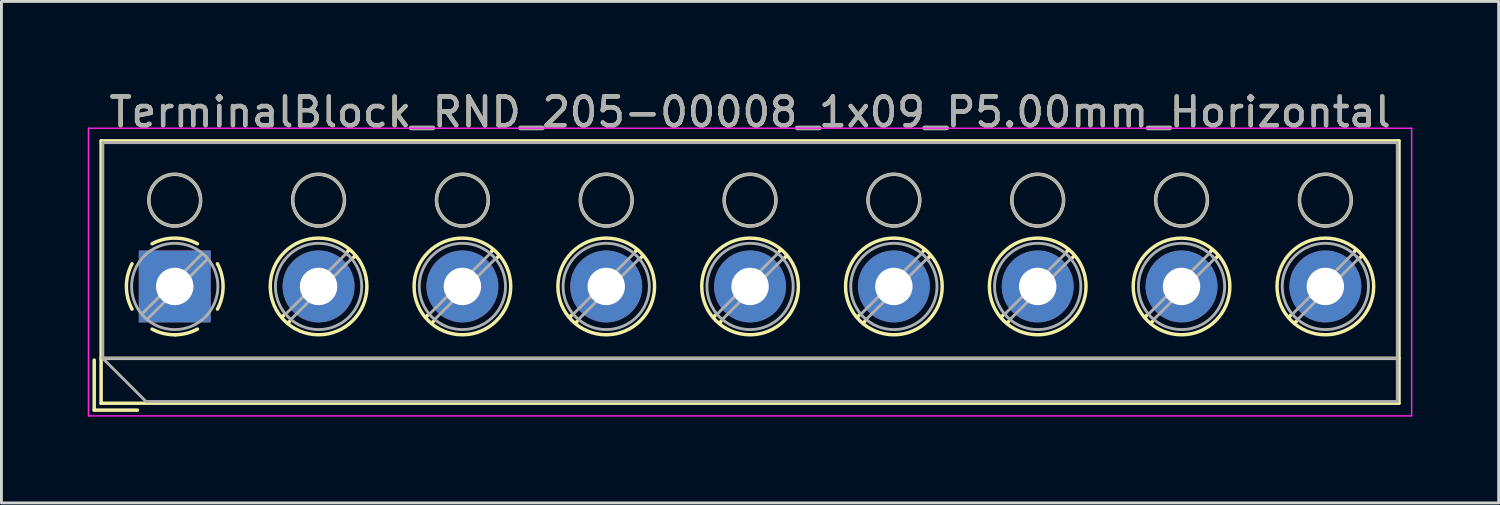
<source format=kicad_pcb>
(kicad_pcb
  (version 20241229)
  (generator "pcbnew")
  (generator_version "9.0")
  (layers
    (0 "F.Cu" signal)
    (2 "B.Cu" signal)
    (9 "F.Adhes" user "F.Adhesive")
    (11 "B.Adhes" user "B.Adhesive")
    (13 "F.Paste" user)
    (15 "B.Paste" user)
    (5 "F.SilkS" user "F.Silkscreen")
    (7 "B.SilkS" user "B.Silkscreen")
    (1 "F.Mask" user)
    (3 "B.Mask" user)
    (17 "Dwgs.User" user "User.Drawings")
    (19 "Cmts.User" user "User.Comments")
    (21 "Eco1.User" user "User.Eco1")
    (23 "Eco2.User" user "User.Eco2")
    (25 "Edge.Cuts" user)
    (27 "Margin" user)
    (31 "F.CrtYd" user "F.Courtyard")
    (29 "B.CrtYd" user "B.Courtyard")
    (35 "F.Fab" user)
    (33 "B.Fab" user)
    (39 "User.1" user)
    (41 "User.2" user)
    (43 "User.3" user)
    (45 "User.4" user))
  (footprint "TerminalBlock_RND_205-00008_1x09_P5.00mm_Horizontal"
    (layer "F.Cu")
    (at 3.025 6.908)
    (property "Reference" "TerminalBlock_RND_205-00008_1x09_P5.00mm_Horizontal" (at 20 -6.06 0) (layer "F.SilkS") (effects (font (size 1 1) (thickness 0.15))))
    (attr through_hole)
    (fp_line (start -2.8 2.56) (end -2.8 4.3) (stroke (width 0.12) (type solid)) (layer "F.SilkS"))
    (fp_line (start -2.8 4.3) (end -1.3 4.3) (stroke (width 0.12) (type solid)) (layer "F.SilkS"))
    (fp_line (start -2.56 -5.06) (end -2.56 4.06) (stroke (width 0.12) (type solid)) (layer "F.SilkS"))
    (fp_line (start -2.56 -5.06) (end 42.56 -5.06) (stroke (width 0.12) (type solid)) (layer "F.SilkS"))
    (fp_line (start -2.56 2.5) (end 42.56 2.5) (stroke (width 0.12) (type solid)) (layer "F.SilkS"))
    (fp_line (start -2.56 4.06) (end 42.56 4.06) (stroke (width 0.12) (type solid)) (layer "F.SilkS"))
    (fp_line (start 3.82 0.976) (end 3.726 1.069) (stroke (width 0.12) (type solid)) (layer "F.SilkS"))
    (fp_line (start 3.99 1.216) (end 3.931 1.274) (stroke (width 0.12) (type solid)) (layer "F.SilkS"))
    (fp_line (start 6.07 -1.275) (end 6.011 -1.216) (stroke (width 0.12) (type solid)) (layer "F.SilkS"))
    (fp_line (start 6.275 -1.069) (end 6.181 -0.976) (stroke (width 0.12) (type solid)) (layer "F.SilkS"))
    (fp_line (start 8.82 0.976) (end 8.726 1.069) (stroke (width 0.12) (type solid)) (layer "F.SilkS"))
    (fp_line (start 8.99 1.216) (end 8.931 1.274) (stroke (width 0.12) (type solid)) (layer "F.SilkS"))
    (fp_line (start 11.07 -1.275) (end 11.011 -1.216) (stroke (width 0.12) (type solid)) (layer "F.SilkS"))
    (fp_line (start 11.275 -1.069) (end 11.181 -0.976) (stroke (width 0.12) (type solid)) (layer "F.SilkS"))
    (fp_line (start 13.82 0.976) (end 13.726 1.069) (stroke (width 0.12) (type solid)) (layer "F.SilkS"))
    (fp_line (start 13.99 1.216) (end 13.931 1.274) (stroke (width 0.12) (type solid)) (layer "F.SilkS"))
    (fp_line (start 16.07 -1.275) (end 16.011 -1.216) (stroke (width 0.12) (type solid)) (layer "F.SilkS"))
    (fp_line (start 16.275 -1.069) (end 16.181 -0.976) (stroke (width 0.12) (type solid)) (layer "F.SilkS"))
    (fp_line (start 18.82 0.976) (end 18.726 1.069) (stroke (width 0.12) (type solid)) (layer "F.SilkS"))
    (fp_line (start 18.99 1.216) (end 18.931 1.274) (stroke (width 0.12) (type solid)) (layer "F.SilkS"))
    (fp_line (start 21.07 -1.275) (end 21.011 -1.216) (stroke (width 0.12) (type solid)) (layer "F.SilkS"))
    (fp_line (start 21.275 -1.069) (end 21.181 -0.976) (stroke (width 0.12) (type solid)) (layer "F.SilkS"))
    (fp_line (start 23.82 0.976) (end 23.726 1.069) (stroke (width 0.12) (type solid)) (layer "F.SilkS"))
    (fp_line (start 23.99 1.216) (end 23.931 1.274) (stroke (width 0.12) (type solid)) (layer "F.SilkS"))
    (fp_line (start 26.07 -1.275) (end 26.011 -1.216) (stroke (width 0.12) (type solid)) (layer "F.SilkS"))
    (fp_line (start 26.275 -1.069) (end 26.181 -0.976) (stroke (width 0.12) (type solid)) (layer "F.SilkS"))
    (fp_line (start 28.82 0.976) (end 28.726 1.069) (stroke (width 0.12) (type solid)) (layer "F.SilkS"))
    (fp_line (start 28.99 1.216) (end 28.931 1.274) (stroke (width 0.12) (type solid)) (layer "F.SilkS"))
    (fp_line (start 31.07 -1.275) (end 31.011 -1.216) (stroke (width 0.12) (type solid)) (layer "F.SilkS"))
    (fp_line (start 31.275 -1.069) (end 31.181 -0.976) (stroke (width 0.12) (type solid)) (layer "F.SilkS"))
    (fp_line (start 33.82 0.976) (end 33.726 1.069) (stroke (width 0.12) (type solid)) (layer "F.SilkS"))
    (fp_line (start 33.99 1.216) (end 33.931 1.274) (stroke (width 0.12) (type solid)) (layer "F.SilkS"))
    (fp_line (start 36.07 -1.275) (end 36.011 -1.216) (stroke (width 0.12) (type solid)) (layer "F.SilkS"))
    (fp_line (start 36.275 -1.069) (end 36.181 -0.976) (stroke (width 0.12) (type solid)) (layer "F.SilkS"))
    (fp_line (start 38.82 0.976) (end 38.726 1.069) (stroke (width 0.12) (type solid)) (layer "F.SilkS"))
    (fp_line (start 38.99 1.216) (end 38.931 1.274) (stroke (width 0.12) (type solid)) (layer "F.SilkS"))
    (fp_line (start 41.07 -1.275) (end 41.011 -1.216) (stroke (width 0.12) (type solid)) (layer "F.SilkS"))
    (fp_line (start 41.275 -1.069) (end 41.181 -0.976) (stroke (width 0.12) (type solid)) (layer "F.SilkS"))
    (fp_line (start 42.56 -5.06) (end 42.56 4.06) (stroke (width 0.12) (type solid)) (layer "F.SilkS"))
    (fp_arc (start -1.483953 0.789089) (mid -1.680708 0.00005) (end -1.484 -0.789) (stroke (width 0.12) (type solid)) (layer "F.SilkS"))
    (fp_arc (start -0.789089 -1.483953) (mid -0.00005 -1.680708) (end 0.789 -1.484) (stroke (width 0.12) (type solid)) (layer "F.SilkS"))
    (fp_arc (start 0.029383 1.68045) (mid -0.392304 1.634281) (end -0.789 1.484) (stroke (width 0.12) (type solid)) (layer "F.SilkS"))
    (fp_arc (start 0.788712 1.483352) (mid 0.406429 1.630097) (end 0 1.68) (stroke (width 0.12) (type solid)) (layer "F.SilkS"))
    (fp_arc (start 1.483953 -0.789089) (mid 1.680708 -0.00005) (end 1.484 0.789) (stroke (width 0.12) (type solid)) (layer "F.SilkS"))
    (fp_circle (center 0 -3) (end 0.9 -3) (stroke (width 0.12) (type solid)) (fill no) (layer "F.SilkS"))
    (fp_circle (center 5 -3) (end 5.9 -3) (stroke (width 0.12) (type solid)) (fill no) (layer "F.SilkS"))
    (fp_circle (center 5 0) (end 6.68 0) (stroke (width 0.12) (type solid)) (fill no) (layer "F.SilkS"))
    (fp_circle (center 10 -3) (end 10.9 -3) (stroke (width 0.12) (type solid)) (fill no) (layer "F.SilkS"))
    (fp_circle (center 10 0) (end 11.68 0) (stroke (width 0.12) (type solid)) (fill no) (layer "F.SilkS"))
    (fp_circle (center 15 -3) (end 15.9 -3) (stroke (width 0.12) (type solid)) (fill no) (layer "F.SilkS"))
    (fp_circle (center 15 0) (end 16.68 0) (stroke (width 0.12) (type solid)) (fill no) (layer "F.SilkS"))
    (fp_circle (center 20 -3) (end 20.9 -3) (stroke (width 0.12) (type solid)) (fill no) (layer "F.SilkS"))
    (fp_circle (center 20 0) (end 21.68 0) (stroke (width 0.12) (type solid)) (fill no) (layer "F.SilkS"))
    (fp_circle (center 25 -3) (end 25.9 -3) (stroke (width 0.12) (type solid)) (fill no) (layer "F.SilkS"))
    (fp_circle (center 25 0) (end 26.68 0) (stroke (width 0.12) (type solid)) (fill no) (layer "F.SilkS"))
    (fp_circle (center 30 -3) (end 30.9 -3) (stroke (width 0.12) (type solid)) (fill no) (layer "F.SilkS"))
    (fp_circle (center 30 0) (end 31.68 0) (stroke (width 0.12) (type solid)) (fill no) (layer "F.SilkS"))
    (fp_circle (center 35 -3) (end 35.9 -3) (stroke (width 0.12) (type solid)) (fill no) (layer "F.SilkS"))
    (fp_circle (center 35 0) (end 36.68 0) (stroke (width 0.12) (type solid)) (fill no) (layer "F.SilkS"))
    (fp_circle (center 40 -3) (end 40.9 -3) (stroke (width 0.12) (type solid)) (fill no) (layer "F.SilkS"))
    (fp_circle (center 40 0) (end 41.68 0) (stroke (width 0.12) (type solid)) (fill no) (layer "F.SilkS"))
    (fp_line (start -3 -5.5) (end -3 4.5) (stroke (width 0.05) (type solid)) (layer "F.CrtYd"))
    (fp_line (start -3 4.5) (end 43 4.5) (stroke (width 0.05) (type solid)) (layer "F.CrtYd"))
    (fp_line (start 43 -5.5) (end -3 -5.5) (stroke (width 0.05) (type solid)) (layer "F.CrtYd"))
    (fp_line (start 43 4.5) (end 43 -5.5) (stroke (width 0.05) (type solid)) (layer "F.CrtYd"))
    (fp_line (start -2.5 -5) (end 42.5 -5) (stroke (width 0.1) (type solid)) (layer "F.Fab"))
    (fp_line (start -2.5 2.5) (end -2.5 -5) (stroke (width 0.1) (type solid)) (layer "F.Fab"))
    (fp_line (start -2.5 2.5) (end 42.5 2.5) (stroke (width 0.1) (type solid)) (layer "F.Fab"))
    (fp_line (start -1 4) (end -2.5 2.5) (stroke (width 0.1) (type solid)) (layer "F.Fab"))
    (fp_line (start 0.955 -1.138) (end -1.138 0.955) (stroke (width 0.1) (type solid)) (layer "F.Fab"))
    (fp_line (start 1.138 -0.955) (end -0.955 1.138) (stroke (width 0.1) (type solid)) (layer "F.Fab"))
    (fp_line (start 5.955 -1.138) (end 3.863 0.955) (stroke (width 0.1) (type solid)) (layer "F.Fab"))
    (fp_line (start 6.138 -0.955) (end 4.046 1.138) (stroke (width 0.1) (type solid)) (layer "F.Fab"))
    (fp_line (start 10.955 -1.138) (end 8.863 0.955) (stroke (width 0.1) (type solid)) (layer "F.Fab"))
    (fp_line (start 11.138 -0.955) (end 9.046 1.138) (stroke (width 0.1) (type solid)) (layer "F.Fab"))
    (fp_line (start 15.955 -1.138) (end 13.863 0.955) (stroke (width 0.1) (type solid)) (layer "F.Fab"))
    (fp_line (start 16.138 -0.955) (end 14.046 1.138) (stroke (width 0.1) (type solid)) (layer "F.Fab"))
    (fp_line (start 20.955 -1.138) (end 18.863 0.955) (stroke (width 0.1) (type solid)) (layer "F.Fab"))
    (fp_line (start 21.138 -0.955) (end 19.046 1.138) (stroke (width 0.1) (type solid)) (layer "F.Fab"))
    (fp_line (start 25.955 -1.138) (end 23.863 0.955) (stroke (width 0.1) (type solid)) (layer "F.Fab"))
    (fp_line (start 26.138 -0.955) (end 24.046 1.138) (stroke (width 0.1) (type solid)) (layer "F.Fab"))
    (fp_line (start 30.955 -1.138) (end 28.863 0.955) (stroke (width 0.1) (type solid)) (layer "F.Fab"))
    (fp_line (start 31.138 -0.955) (end 29.046 1.138) (stroke (width 0.1) (type solid)) (layer "F.Fab"))
    (fp_line (start 35.955 -1.138) (end 33.863 0.955) (stroke (width 0.1) (type solid)) (layer "F.Fab"))
    (fp_line (start 36.138 -0.955) (end 34.046 1.138) (stroke (width 0.1) (type solid)) (layer "F.Fab"))
    (fp_line (start 40.955 -1.138) (end 38.863 0.955) (stroke (width 0.1) (type solid)) (layer "F.Fab"))
    (fp_line (start 41.138 -0.955) (end 39.046 1.138) (stroke (width 0.1) (type solid)) (layer "F.Fab"))
    (fp_line (start 42.5 -5) (end 42.5 4) (stroke (width 0.1) (type solid)) (layer "F.Fab"))
    (fp_line (start 42.5 4) (end -1 4) (stroke (width 0.1) (type solid)) (layer "F.Fab"))
    (fp_circle (center 0 -3) (end 0.9 -3) (stroke (width 0.1) (type solid)) (fill no) (layer "F.Fab"))
    (fp_circle (center 0 0) (end 1.5 0) (stroke (width 0.1) (type solid)) (fill no) (layer "F.Fab"))
    (fp_circle (center 5 -3) (end 5.9 -3) (stroke (width 0.1) (type solid)) (fill no) (layer "F.Fab"))
    (fp_circle (center 5 0) (end 6.5 0) (stroke (width 0.1) (type solid)) (fill no) (layer "F.Fab"))
    (fp_circle (center 10 -3) (end 10.9 -3) (stroke (width 0.1) (type solid)) (fill no) (layer "F.Fab"))
    (fp_circle (center 10 0) (end 11.5 0) (stroke (width 0.1) (type solid)) (fill no) (layer "F.Fab"))
    (fp_circle (center 15 -3) (end 15.9 -3) (stroke (width 0.1) (type solid)) (fill no) (layer "F.Fab"))
    (fp_circle (center 15 0) (end 16.5 0) (stroke (width 0.1) (type solid)) (fill no) (layer "F.Fab"))
    (fp_circle (center 20 -3) (end 20.9 -3) (stroke (width 0.1) (type solid)) (fill no) (layer "F.Fab"))
    (fp_circle (center 20 0) (end 21.5 0) (stroke (width 0.1) (type solid)) (fill no) (layer "F.Fab"))
    (fp_circle (center 25 -3) (end 25.9 -3) (stroke (width 0.1) (type solid)) (fill no) (layer "F.Fab"))
    (fp_circle (center 25 0) (end 26.5 0) (stroke (width 0.1) (type solid)) (fill no) (layer "F.Fab"))
    (fp_circle (center 30 -3) (end 30.9 -3) (stroke (width 0.1) (type solid)) (fill no) (layer "F.Fab"))
    (fp_circle (center 30 0) (end 31.5 0) (stroke (width 0.1) (type solid)) (fill no) (layer "F.Fab"))
    (fp_circle (center 35 -3) (end 35.9 -3) (stroke (width 0.1) (type solid)) (fill no) (layer "F.Fab"))
    (fp_circle (center 35 0) (end 36.5 0) (stroke (width 0.1) (type solid)) (fill no) (layer "F.Fab"))
    (fp_circle (center 40 -3) (end 40.9 -3) (stroke (width 0.1) (type solid)) (fill no) (layer "F.Fab"))
    (fp_circle (center 40 0) (end 41.5 0) (stroke (width 0.1) (type solid)) (fill no) (layer "F.Fab"))
    (fp_text user "${REFERENCE}" (at 20 -6.06 0) (layer "F.Fab") (effects (font (size 1 1) (thickness 0.15))))
    (pad "1" thru_hole rect (at 0 0) (size 2.5 2.5) (drill 1.3) (layers "*.Cu" "*.Mask"))
    (pad "2" thru_hole circle (at 5 0) (size 2.5 2.5) (drill 1.3) (layers "*.Cu" "*.Mask"))
    (pad "3" thru_hole circle (at 10 0) (size 2.5 2.5) (drill 1.3) (layers "*.Cu" "*.Mask"))
    (pad "4" thru_hole circle (at 15 0) (size 2.5 2.5) (drill 1.3) (layers "*.Cu" "*.Mask"))
    (pad "5" thru_hole circle (at 20 0) (size 2.5 2.5) (drill 1.3) (layers "*.Cu" "*.Mask"))
    (pad "6" thru_hole circle (at 25 0) (size 2.5 2.5) (drill 1.3) (layers "*.Cu" "*.Mask"))
    (pad "7" thru_hole circle (at 30 0) (size 2.5 2.5) (drill 1.3) (layers "*.Cu" "*.Mask"))
    (pad "8" thru_hole circle (at 35 0) (size 2.5 2.5) (drill 1.3) (layers "*.Cu" "*.Mask"))
    (pad "9" thru_hole circle (at 40 0) (size 2.5 2.5) (drill 1.3) (layers "*.Cu" "*.Mask")))
  (gr_rect
    (start -3 -3)
    (end 49.05 14.433)
    (stroke (width 0.1) (type default))
    (fill no)
    (layer "Edge.Cuts")))
</source>
